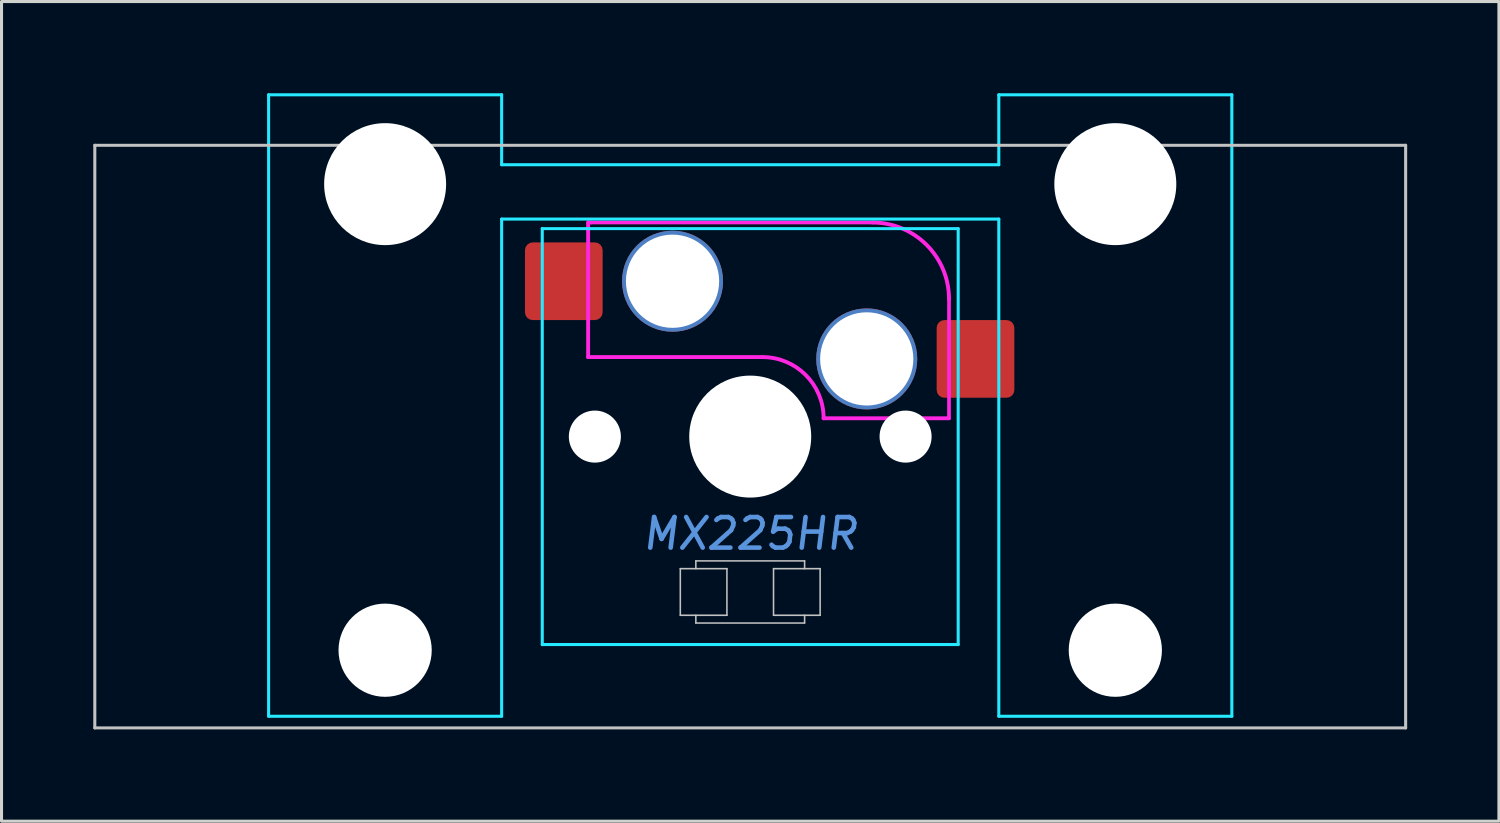
<source format=kicad_pcb>
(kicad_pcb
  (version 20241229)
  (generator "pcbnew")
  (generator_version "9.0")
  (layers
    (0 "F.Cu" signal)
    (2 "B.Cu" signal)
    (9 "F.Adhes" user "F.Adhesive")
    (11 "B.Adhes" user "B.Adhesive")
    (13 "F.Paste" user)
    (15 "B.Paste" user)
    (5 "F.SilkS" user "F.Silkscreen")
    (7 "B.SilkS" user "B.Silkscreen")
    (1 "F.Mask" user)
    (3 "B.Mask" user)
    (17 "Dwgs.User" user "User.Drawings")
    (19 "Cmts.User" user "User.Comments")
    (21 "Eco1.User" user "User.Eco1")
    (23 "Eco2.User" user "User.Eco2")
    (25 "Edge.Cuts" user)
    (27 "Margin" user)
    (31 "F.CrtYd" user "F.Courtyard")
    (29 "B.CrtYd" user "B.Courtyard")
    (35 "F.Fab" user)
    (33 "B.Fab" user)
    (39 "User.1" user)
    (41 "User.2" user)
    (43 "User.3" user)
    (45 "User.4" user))
  (footprint "MX225HR"
    (layer "F.Cu")
    (at 21.481 11.226)
    (property "Reference" "MX225HR" (at 0 3.175 0) (layer "Cmts.User") (effects (font (size 1 1) (thickness 0.15) (italic yes))))
    (attr smd)
    (fp_line (start -21.431 -9.525) (end -21.431 9.525) (stroke (width 0.1) (type solid)) (layer "Dwgs.User"))
    (fp_line (start -21.431 -9.525) (end 21.431 -9.525) (stroke (width 0.1) (type solid)) (layer "Dwgs.User"))
    (fp_line (start -21.431 9.525) (end 21.431 9.525) (stroke (width 0.1) (type solid)) (layer "Dwgs.User"))
    (fp_line (start -2.286 4.318) (end -0.762 4.318) (stroke (width 0.051) (type solid)) (layer "Dwgs.User"))
    (fp_line (start -2.286 5.842) (end -2.286 4.318) (stroke (width 0.051) (type solid)) (layer "Dwgs.User"))
    (fp_line (start -1.778 4.064) (end 1.778 4.064) (stroke (width 0.051) (type solid)) (layer "Dwgs.User"))
    (fp_line (start -1.778 4.318) (end -1.778 4.064) (stroke (width 0.051) (type solid)) (layer "Dwgs.User"))
    (fp_line (start -1.778 6.096) (end -1.778 5.842) (stroke (width 0.051) (type solid)) (layer "Dwgs.User"))
    (fp_line (start -0.762 4.318) (end -0.762 5.842) (stroke (width 0.051) (type solid)) (layer "Dwgs.User"))
    (fp_line (start -0.762 5.842) (end -2.286 5.842) (stroke (width 0.051) (type solid)) (layer "Dwgs.User"))
    (fp_line (start 0.762 4.318) (end 2.286 4.318) (stroke (width 0.051) (type solid)) (layer "Dwgs.User"))
    (fp_line (start 0.762 5.842) (end 0.762 4.318) (stroke (width 0.051) (type solid)) (layer "Dwgs.User"))
    (fp_line (start 1.778 4.064) (end 1.778 4.318) (stroke (width 0.051) (type solid)) (layer "Dwgs.User"))
    (fp_line (start 1.778 5.842) (end 1.778 6.096) (stroke (width 0.051) (type solid)) (layer "Dwgs.User"))
    (fp_line (start 1.778 6.096) (end -1.778 6.096) (stroke (width 0.051) (type solid)) (layer "Dwgs.User"))
    (fp_line (start 2.286 4.318) (end 2.286 5.842) (stroke (width 0.051) (type solid)) (layer "Dwgs.User"))
    (fp_line (start 2.286 5.842) (end 0.762 5.842) (stroke (width 0.051) (type solid)) (layer "Dwgs.User"))
    (fp_line (start 21.431 -9.525) (end 21.431 9.525) (stroke (width 0.1) (type solid)) (layer "Dwgs.User"))
    (fp_line (start -15.438 -8.515) (end -15.438 5.485) (stroke (width 0.1) (type solid)) (layer "Eco1.User"))
    (fp_line (start -14.938 -9.015) (end -8.938 -9.015) (stroke (width 0.1) (type solid)) (layer "Eco1.User"))
    (fp_line (start -8.938 5.985) (end -14.938 5.985) (stroke (width 0.1) (type solid)) (layer "Eco1.User"))
    (fp_line (start -8.438 5.485) (end -8.438 -8.515) (stroke (width 0.1) (type solid)) (layer "Eco1.User"))
    (fp_line (start -7 -6.5) (end -7 6.5) (stroke (width 0.1) (type solid)) (layer "Eco1.User"))
    (fp_line (start -6.5 7) (end 6.5 7) (stroke (width 0.1) (type solid)) (layer "Eco1.User"))
    (fp_line (start 6.5 -7) (end -6.5 -7) (stroke (width 0.1) (type solid)) (layer "Eco1.User"))
    (fp_line (start 7 6.5) (end 7 -6.5) (stroke (width 0.1) (type solid)) (layer "Eco1.User"))
    (fp_line (start 8.438 -8.515) (end 8.438 5.485) (stroke (width 0.1) (type solid)) (layer "Eco1.User"))
    (fp_line (start 8.938 -9.015) (end 14.938 -9.015) (stroke (width 0.1) (type solid)) (layer "Eco1.User"))
    (fp_line (start 14.938 5.985) (end 8.938 5.985) (stroke (width 0.1) (type solid)) (layer "Eco1.User"))
    (fp_line (start 15.438 5.485) (end 15.438 -8.515) (stroke (width 0.1) (type solid)) (layer "Eco1.User"))
    (fp_arc (start -15.438 -8.515) (mid -15.291553 -8.868553) (end -14.938 -9.015) (stroke (width 0.1) (type solid)) (layer "Eco1.User"))
    (fp_arc (start -14.938 5.985) (mid -15.291553 5.838553) (end -15.438 5.485) (stroke (width 0.1) (type solid)) (layer "Eco1.User"))
    (fp_arc (start -8.938 -9.015) (mid -8.584447 -8.868553) (end -8.438 -8.515) (stroke (width 0.1) (type solid)) (layer "Eco1.User"))
    (fp_arc (start -8.438 5.485) (mid -8.584447 5.838553) (end -8.938 5.985) (stroke (width 0.1) (type solid)) (layer "Eco1.User"))
    (fp_arc (start -7 -6.5) (mid -6.853553 -6.853553) (end -6.5 -7) (stroke (width 0.1) (type solid)) (layer "Eco1.User"))
    (fp_arc (start -6.5 7) (mid -6.853553 6.853553) (end -7 6.5) (stroke (width 0.1) (type solid)) (layer "Eco1.User"))
    (fp_arc (start 6.5 -7) (mid 6.853553 -6.853553) (end 7 -6.5) (stroke (width 0.1) (type solid)) (layer "Eco1.User"))
    (fp_arc (start 7 6.5) (mid 6.853553 6.853553) (end 6.5 7) (stroke (width 0.1) (type solid)) (layer "Eco1.User"))
    (fp_arc (start 8.438 -8.515) (mid 8.584447 -8.868553) (end 8.938 -9.015) (stroke (width 0.1) (type solid)) (layer "Eco1.User"))
    (fp_arc (start 8.938 5.985) (mid 8.584447 5.838553) (end 8.438 5.485) (stroke (width 0.1) (type solid)) (layer "Eco1.User"))
    (fp_arc (start 14.938 -9.015) (mid 15.291553 -8.868553) (end 15.438 -8.515) (stroke (width 0.1) (type solid)) (layer "Eco1.User"))
    (fp_arc (start 15.438 5.485) (mid 15.291553 5.838553) (end 14.938 5.985) (stroke (width 0.1) (type solid)) (layer "Eco1.User"))
    (fp_line (start -15.748 -11.176) (end -15.748 9.144) (stroke (width 0.1) (type solid)) (layer "B.CrtYd"))
    (fp_line (start -15.748 -11.176) (end -8.128 -11.176) (stroke (width 0.1) (type solid)) (layer "B.CrtYd"))
    (fp_line (start -8.128 -8.89) (end -8.128 -11.176) (stroke (width 0.1) (type solid)) (layer "B.CrtYd"))
    (fp_line (start -8.128 -7.112) (end -8.128 9.142) (stroke (width 0.1) (type solid)) (layer "B.CrtYd"))
    (fp_line (start -8.128 9.144) (end -15.748 9.144) (stroke (width 0.1) (type solid)) (layer "B.CrtYd"))
    (fp_line (start -6.8 -6.8) (end -6.8 6.8) (stroke (width 0.1) (type solid)) (layer "B.CrtYd"))
    (fp_line (start 6.8 -6.8) (end -6.8 -6.8) (stroke (width 0.1) (type solid)) (layer "B.CrtYd"))
    (fp_line (start 6.8 -6.8) (end 6.8 6.8) (stroke (width 0.1) (type solid)) (layer "B.CrtYd"))
    (fp_line (start 6.8 6.8) (end -6.8 6.8) (stroke (width 0.1) (type solid)) (layer "B.CrtYd"))
    (fp_line (start 8.128 -8.89) (end -8.128 -8.89) (stroke (width 0.1) (type solid)) (layer "B.CrtYd"))
    (fp_line (start 8.128 -8.89) (end 8.128 -11.176) (stroke (width 0.1) (type solid)) (layer "B.CrtYd"))
    (fp_line (start 8.128 -7.112) (end -8.128 -7.112) (stroke (width 0.1) (type solid)) (layer "B.CrtYd"))
    (fp_line (start 8.128 -7.112) (end 8.128 9.144) (stroke (width 0.1) (type solid)) (layer "B.CrtYd"))
    (fp_line (start 8.128 9.144) (end 15.748 9.144) (stroke (width 0.1) (type solid)) (layer "B.CrtYd"))
    (fp_line (start 15.748 -11.176) (end 8.128 -11.176) (stroke (width 0.1) (type solid)) (layer "B.CrtYd"))
    (fp_line (start 15.748 9.144) (end 15.748 -11.176) (stroke (width 0.1) (type solid)) (layer "B.CrtYd"))
    (fp_line (start -5.3 -7) (end -5.3 -2.6) (stroke (width 0.127) (type solid)) (layer "F.CrtYd"))
    (fp_line (start -5.2 -7) (end -5.3 -7) (stroke (width 0.12) (type solid)) (layer "F.CrtYd"))
    (fp_line (start 0.4 -2.6) (end -5.3 -2.6) (stroke (width 0.127) (type solid)) (layer "F.CrtYd"))
    (fp_line (start 4 -7) (end -5.2 -7) (stroke (width 0.12) (type solid)) (layer "F.CrtYd"))
    (fp_line (start 6.5 -4.5) (end 6.5 -0.6) (stroke (width 0.12) (type solid)) (layer "F.CrtYd"))
    (fp_line (start 6.5 -0.6) (end 2.4 -0.6) (stroke (width 0.127) (type solid)) (layer "F.CrtYd"))
    (fp_arc (start 0.4 -2.6) (mid 1.814214 -2.014214) (end 2.4 -0.6) (stroke (width 0.127) (type solid)) (layer "F.CrtYd"))
    (fp_arc (start 4 -7) (mid 5.767767 -6.267767) (end 6.5 -4.5) (stroke (width 0.127) (type solid)) (layer "F.CrtYd"))
    (pad "" np_thru_hole circle (at -11.938 -8.255 180) (size 3.988 3.988) (drill 3.988) (layers "*.Cu" "*.Mask"))
    (pad "" np_thru_hole circle (at -11.938 6.985 180) (size 3.048 3.048) (drill 3.048) (layers "*.Cu" "*.Mask"))
    (pad "" np_thru_hole circle (at -5.08 0) (size 1.702 1.702) (drill 1.702) (layers "*.Cu" "*.Mask"))
    (pad "" np_thru_hole circle (at -2.54 -5.08) (size 3.302 3.302) (drill 3.048) (layers "*.Cu" "*.Mask"))
    (pad "" np_thru_hole circle (at 0 0) (size 3.988 3.988) (drill 3.988) (layers "*.Cu" "*.Mask"))
    (pad "" np_thru_hole circle (at 3.81 -2.54) (size 3.302 3.302) (drill 3.048) (layers "*.Cu" "*.Mask"))
    (pad "" np_thru_hole circle (at 5.08 0) (size 1.702 1.702) (drill 1.702) (layers "*.Cu" "*.Mask"))
    (pad "" np_thru_hole circle (at 11.938 -8.255 180) (size 3.988 3.988) (drill 3.988) (layers "*.Cu" "*.Mask"))
    (pad "" np_thru_hole circle (at 11.938 6.985 180) (size 3.048 3.048) (drill 3.048) (layers "*.Cu" "*.Mask"))
    (pad "1" smd roundrect (at -6.096 -5.08) (size 2.54 2.54) (layers "F.Cu" "F.Mask") (roundrect_rratio 0.1))
    (pad "2" smd roundrect (at 7.366 -2.54) (size 2.54 2.54) (layers "F.Cu" "F.Mask") (roundrect_rratio 0.1)))
  (gr_rect
    (start -3 -3)
    (end 45.962 23.801)
    (stroke (width 0.1) (type default))
    (fill no)
    (layer "Edge.Cuts")))
</source>
